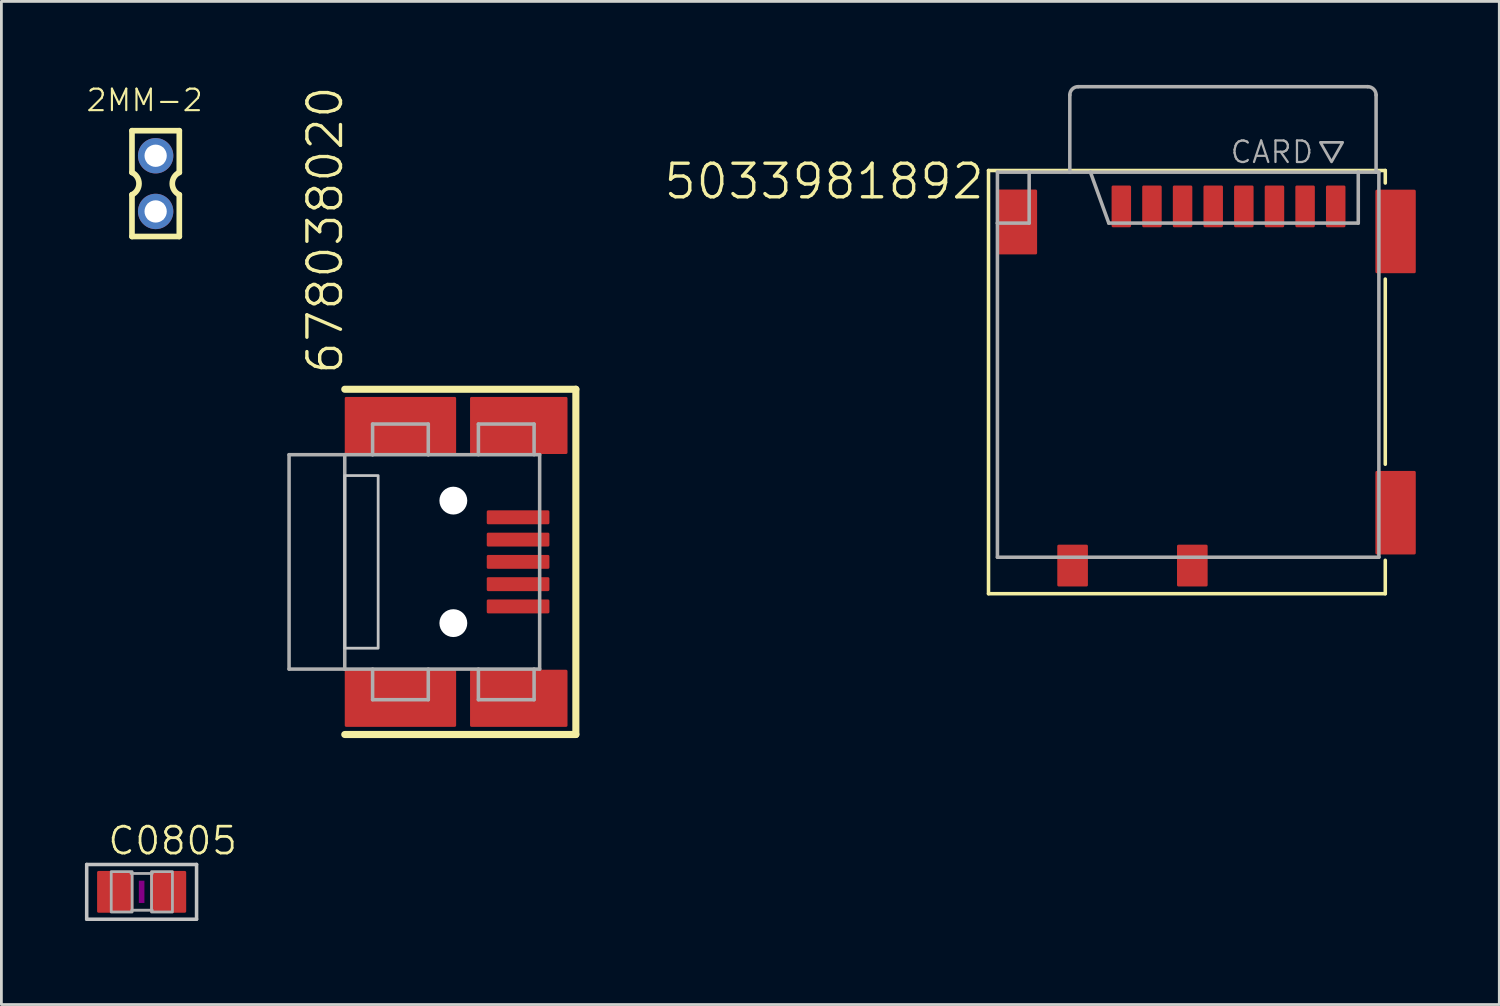
<source format=kicad_pcb>
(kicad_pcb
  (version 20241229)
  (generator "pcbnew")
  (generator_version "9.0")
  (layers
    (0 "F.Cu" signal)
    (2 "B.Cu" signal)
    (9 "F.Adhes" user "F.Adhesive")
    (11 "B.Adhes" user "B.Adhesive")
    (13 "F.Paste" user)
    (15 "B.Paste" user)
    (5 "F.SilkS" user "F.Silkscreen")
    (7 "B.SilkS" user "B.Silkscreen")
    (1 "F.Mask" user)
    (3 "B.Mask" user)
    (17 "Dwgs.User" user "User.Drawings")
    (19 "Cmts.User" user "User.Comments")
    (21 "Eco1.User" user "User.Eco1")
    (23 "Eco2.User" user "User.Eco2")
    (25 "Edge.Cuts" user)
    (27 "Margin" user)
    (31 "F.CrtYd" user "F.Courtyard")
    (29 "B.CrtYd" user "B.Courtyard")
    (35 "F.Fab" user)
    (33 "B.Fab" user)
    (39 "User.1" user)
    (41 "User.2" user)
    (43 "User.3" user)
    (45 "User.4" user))
  (footprint "5033981892"
    (layer "F.Cu")
    (at 32.773 16.963)
    (property "Reference" "5033981892" (at -0.403 -14.203 0) (layer "F.SilkS") (effects (font (size 1.206 1.206) (thickness 0.121)) (justify right top)))
    (attr through_hole)
    (fp_line (start -0.32 1.31) (end -0.32 -13.89) (stroke (width 0.127) (type solid)) (layer "F.SilkS"))
    (fp_line (start 13.93 -13.89) (end -0.32 -13.89) (stroke (width 0.127) (type solid)) (layer "F.SilkS"))
    (fp_line (start 13.93 -13.89) (end 13.93 -13.44) (stroke (width 0.127) (type solid)) (layer "F.SilkS"))
    (fp_line (start 13.93 -9.99) (end 13.93 -3.34) (stroke (width 0.127) (type solid)) (layer "F.SilkS"))
    (fp_line (start 13.93 0.11) (end 13.93 1.31) (stroke (width 0.127) (type solid)) (layer "F.SilkS"))
    (fp_line (start 13.93 1.31) (end -0.32 1.31) (stroke (width 0.127) (type solid)) (layer "F.SilkS"))
    (fp_line (start 0 -12) (end 0 -13.83) (stroke (width 0.127) (type solid)) (layer "F.Fab"))
    (fp_line (start 0 0) (end 0 -12) (stroke (width 0.127) (type solid)) (layer "F.Fab"))
    (fp_line (start 1.14 -13.83) (end 0 -13.83) (stroke (width 0.127) (type solid)) (layer "F.Fab"))
    (fp_line (start 1.14 -13.83) (end 1.14 -12) (stroke (width 0.127) (type solid)) (layer "F.Fab"))
    (fp_line (start 1.14 -12) (end 0 -12) (stroke (width 0.127) (type solid)) (layer "F.Fab"))
    (fp_line (start 2.6 -16.6) (end 2.6 -13.83) (stroke (width 0.127) (type solid)) (layer "F.Fab"))
    (fp_line (start 2.6 -13.83) (end 1.14 -13.83) (stroke (width 0.127) (type solid)) (layer "F.Fab"))
    (fp_line (start 3.34 -13.83) (end 2.6 -13.83) (stroke (width 0.127) (type solid)) (layer "F.Fab"))
    (fp_line (start 3.34 -13.83) (end 4 -12) (stroke (width 0.127) (type solid)) (layer "F.Fab"))
    (fp_line (start 12.96 -13.83) (end 3.34 -13.83) (stroke (width 0.127) (type solid)) (layer "F.Fab"))
    (fp_line (start 12.96 -13.83) (end 12.96 -12) (stroke (width 0.127) (type solid)) (layer "F.Fab"))
    (fp_line (start 12.96 -12) (end 4 -12) (stroke (width 0.127) (type solid)) (layer "F.Fab"))
    (fp_line (start 13.3 -16.9) (end 2.9 -16.9) (stroke (width 0.127) (type solid)) (layer "F.Fab"))
    (fp_line (start 13.6 -16.6) (end 13.6 -13.83) (stroke (width 0.127) (type solid)) (layer "F.Fab"))
    (fp_line (start 13.6 -13.83) (end 12.96 -13.83) (stroke (width 0.127) (type solid)) (layer "F.Fab"))
    (fp_line (start 13.6 -13.83) (end 13.7 -13.83) (stroke (width 0.127) (type solid)) (layer "F.Fab"))
    (fp_line (start 13.7 -13.83) (end 13.7 0) (stroke (width 0.127) (type solid)) (layer "F.Fab"))
    (fp_line (start 13.7 0) (end 0 0) (stroke (width 0.127) (type solid)) (layer "F.Fab"))
    (fp_arc (start 2.6 -16.6) (mid 2.687868 -16.812132) (end 2.9 -16.9) (stroke (width 0.127) (type solid)) (layer "F.Fab"))
    (fp_arc (start 13.3 -16.9) (mid 13.512132 -16.812132) (end 13.6 -16.6) (stroke (width 0.127) (type solid)) (layer "F.Fab"))
    (fp_poly (pts (xy 12.4 -14.9) (xy 12 -14.2) (xy 11.6 -14.9)) (stroke (width 0.1) (type solid)) (fill no) (layer "F.Fab"))
    (fp_text user "CARD" (at 11.4 -15 0) (layer "F.Fab") (effects (font (size 0.772 0.772) (thickness 0.081)) (justify right top)))
    (pad "1" smd roundrect (at 4.45 -12.6 180) (size 0.7 1.5) (layers "F.Cu" "F.Mask" "F.Paste") (roundrect_rratio 0.073))
    (pad "2" smd roundrect (at 5.55 -12.6 180) (size 0.7 1.5) (layers "F.Cu" "F.Mask" "F.Paste") (roundrect_rratio 0.073))
    (pad "3" smd roundrect (at 6.65 -12.6 180) (size 0.7 1.5) (layers "F.Cu" "F.Mask" "F.Paste") (roundrect_rratio 0.073))
    (pad "4" smd roundrect (at 7.75 -12.6 180) (size 0.7 1.5) (layers "F.Cu" "F.Mask" "F.Paste") (roundrect_rratio 0.073))
    (pad "5" smd roundrect (at 8.85 -12.6 180) (size 0.7 1.5) (layers "F.Cu" "F.Mask" "F.Paste") (roundrect_rratio 0.073))
    (pad "6" smd roundrect (at 9.95 -12.6 180) (size 0.7 1.5) (layers "F.Cu" "F.Mask" "F.Paste") (roundrect_rratio 0.073))
    (pad "7" smd roundrect (at 11.05 -12.6 180) (size 0.7 1.5) (layers "F.Cu" "F.Mask" "F.Paste") (roundrect_rratio 0.073))
    (pad "8" smd roundrect (at 12.15 -12.6 180) (size 0.7 1.5) (layers "F.Cu" "F.Mask" "F.Paste") (roundrect_rratio 0.073))
    (pad "S" smd roundrect (at 0.7 -12.04 180) (size 1.45 2.33) (layers "F.Cu" "F.Mask" "F.Paste") (roundrect_rratio 0.035))
    (pad "S1" smd roundrect (at 14.3 -11.7 180) (size 1.45 3) (layers "F.Cu" "F.Mask" "F.Paste") (roundrect_rratio 0.035))
    (pad "S2" smd roundrect (at 14.3 -1.6 180) (size 1.45 3) (layers "F.Cu" "F.Mask" "F.Paste") (roundrect_rratio 0.035))
    (pad "SW1" smd roundrect (at 2.7 0.3 180) (size 1.1 1.5) (layers "F.Cu" "F.Mask" "F.Paste") (roundrect_rratio 0.046))
    (pad "SW2" smd roundrect (at 7 0.3 180) (size 1.1 1.5) (layers "F.Cu" "F.Mask" "F.Paste") (roundrect_rratio 0.046)))
  (footprint "C0805"
    (layer "F.Cu")
    (at 2.037 28.981)
    (property "Reference" "C0805" (at -1.27 -1.27 180) (layer "F.SilkS") (effects (font (size 0.965 0.965) (thickness 0.097)) (justify left bottom)))
    (attr through_hole)
    (fp_poly (pts (xy -0.1 0.4) (xy 0.1 0.4) (xy 0.1 -0.4) (xy -0.1 -0.4)) (stroke (width 0) (type solid)) (fill yes) (layer "F.Adhes"))
    (fp_line (start -1.973 -0.983) (end 1.973 -0.983) (stroke (width 0.127) (type solid)) (layer "Dwgs.User"))
    (fp_line (start -1.973 0.983) (end -1.973 -0.983) (stroke (width 0.127) (type solid)) (layer "Dwgs.User"))
    (fp_line (start 1.973 -0.983) (end 1.973 0.983) (stroke (width 0.127) (type solid)) (layer "Dwgs.User"))
    (fp_line (start 1.973 0.983) (end -1.973 0.983) (stroke (width 0.127) (type solid)) (layer "Dwgs.User"))
    (fp_line (start -0.381 -0.66) (end 0.381 -0.66) (stroke (width 0.102) (type solid)) (layer "F.Fab"))
    (fp_line (start -0.356 0.66) (end 0.381 0.66) (stroke (width 0.102) (type solid)) (layer "F.Fab"))
    (fp_poly (pts (xy -1.092 0.724) (xy -0.342 0.724) (xy -0.342 -0.726) (xy -1.092 -0.726)) (stroke (width 0.1) (type solid)) (fill no) (layer "F.Fab"))
    (fp_poly (pts (xy 0.356 0.724) (xy 1.106 0.724) (xy 1.106 -0.726) (xy 0.356 -0.726)) (stroke (width 0.1) (type solid)) (fill no) (layer "F.Fab"))
    (pad "1" smd roundrect (at -0.95 0) (size 1.3 1.5) (layers "F.Cu" "F.Mask" "F.Paste") (roundrect_rratio 0.039))
    (pad "2" smd roundrect (at 0.95 0) (size 1.3 1.5) (layers "F.Cu" "F.Mask" "F.Paste") (roundrect_rratio 0.039)))
  (footprint "678038020"
    (layer "F.Cu")
    (at 9.332 17.13)
    (property "Reference" "678038020" (at 0 -6.668 90) (layer "F.SilkS") (effects (font (size 1.206 1.206) (thickness 0.121)) (justify left bottom)))
    (attr through_hole)
    (fp_line (start 0 -6.2) (end 8.3 -6.2) (stroke (width 0.254) (type solid)) (layer "F.SilkS"))
    (fp_line (start 8.3 -6.2) (end 8.3 6.2) (stroke (width 0.254) (type solid)) (layer "F.SilkS"))
    (fp_line (start 8.3 6.2) (end 0 6.2) (stroke (width 0.254) (type solid)) (layer "F.SilkS"))
    (fp_poly (pts (xy 0 3.1) (xy 1.2 3.1) (xy 1.2 -3.1) (xy 0 -3.1)) (stroke (width 0.1) (type solid)) (fill no) (layer "Dwgs.User"))
    (fp_line (start -2 -3.85) (end 0 -3.85) (stroke (width 0.127) (type solid)) (layer "F.Fab"))
    (fp_line (start -2 3.85) (end -2 -3.85) (stroke (width 0.127) (type solid)) (layer "F.Fab"))
    (fp_line (start -2 3.85) (end 0 3.85) (stroke (width 0.127) (type solid)) (layer "F.Fab"))
    (fp_line (start 0 -3.85) (end 1 -3.85) (stroke (width 0.127) (type solid)) (layer "F.Fab"))
    (fp_line (start 0 3.85) (end 0 -3.85) (stroke (width 0.127) (type solid)) (layer "F.Fab"))
    (fp_line (start 0 3.85) (end 7 3.85) (stroke (width 0.127) (type solid)) (layer "F.Fab"))
    (fp_line (start 1 -4.95) (end 3 -4.95) (stroke (width 0.127) (type solid)) (layer "F.Fab"))
    (fp_line (start 1 -3.85) (end 1 -4.95) (stroke (width 0.127) (type solid)) (layer "F.Fab"))
    (fp_line (start 1 -3.85) (end 3 -3.85) (stroke (width 0.127) (type solid)) (layer "F.Fab"))
    (fp_line (start 1 3.85) (end 1 4.95) (stroke (width 0.127) (type solid)) (layer "F.Fab"))
    (fp_line (start 3 -3.85) (end 3 -4.95) (stroke (width 0.127) (type solid)) (layer "F.Fab"))
    (fp_line (start 3 -3.85) (end 7 -3.85) (stroke (width 0.127) (type solid)) (layer "F.Fab"))
    (fp_line (start 3 3.85) (end 3 4.95) (stroke (width 0.127) (type solid)) (layer "F.Fab"))
    (fp_line (start 3 4.95) (end 1 4.95) (stroke (width 0.127) (type solid)) (layer "F.Fab"))
    (fp_line (start 4.8 -4.95) (end 6.8 -4.95) (stroke (width 0.127) (type solid)) (layer "F.Fab"))
    (fp_line (start 4.8 -3.85) (end 4.8 -4.95) (stroke (width 0.127) (type solid)) (layer "F.Fab"))
    (fp_line (start 4.8 3.85) (end 4.8 4.95) (stroke (width 0.127) (type solid)) (layer "F.Fab"))
    (fp_line (start 6.8 -3.85) (end 6.8 -4.95) (stroke (width 0.127) (type solid)) (layer "F.Fab"))
    (fp_line (start 6.8 3.85) (end 6.8 4.95) (stroke (width 0.127) (type solid)) (layer "F.Fab"))
    (fp_line (start 6.8 4.95) (end 4.8 4.95) (stroke (width 0.127) (type solid)) (layer "F.Fab"))
    (fp_line (start 7 3.85) (end 7 -3.85) (stroke (width 0.127) (type solid)) (layer "F.Fab"))
    (pad "" np_thru_hole circle (at 3.9 -2.2) (size 1 1) (drill 1) (layers "*.Cu" "*.Mask"))
    (pad "" np_thru_hole circle (at 3.9 2.2) (size 1 1) (drill 1) (layers "*.Cu" "*.Mask"))
    (pad "1" smd roundrect (at 6.225 -1.6) (size 2.25 0.5) (layers "F.Cu" "F.Mask" "F.Paste") (roundrect_rratio 0.102))
    (pad "2" smd roundrect (at 6.225 -0.8) (size 2.25 0.5) (layers "F.Cu" "F.Mask" "F.Paste") (roundrect_rratio 0.102))
    (pad "3" smd roundrect (at 6.225 0) (size 2.25 0.5) (layers "F.Cu" "F.Mask" "F.Paste") (roundrect_rratio 0.102))
    (pad "4" smd roundrect (at 6.225 0.8) (size 2.25 0.5) (layers "F.Cu" "F.Mask" "F.Paste") (roundrect_rratio 0.102))
    (pad "5" smd roundrect (at 6.225 1.6) (size 2.25 0.5) (layers "F.Cu" "F.Mask" "F.Paste") (roundrect_rratio 0.102))
    (pad "SH1" smd roundrect (at 2 4.9) (size 4 2.05) (layers "F.Cu" "F.Mask" "F.Paste") (roundrect_rratio 0.025))
    (pad "SH1.1" smd roundrect (at 6.25 4.9) (size 3.5 2.05) (layers "F.Cu" "F.Mask" "F.Paste") (roundrect_rratio 0.025))
    (pad "SH2" smd roundrect (at 2 -4.9) (size 4 2.05) (layers "F.Cu" "F.Mask" "F.Paste") (roundrect_rratio 0.025))
    (pad "SH2.2" smd roundrect (at 6.25 -4.9) (size 3.5 2.05) (layers "F.Cu" "F.Mask" "F.Paste") (roundrect_rratio 0.025)))
  (footprint "2MM-2"
    (layer "F.Cu")
    (at 2.54 3.544)
    (property "Reference" "2MM-2" (at -2.54 -2.54 180) (layer "F.SilkS") (effects (font (size 0.772 0.772) (thickness 0.077)) (justify left bottom)))
    (attr through_hole)
    (fp_line (start -0.85 -1.9) (end -0.85 -0.4) (stroke (width 0.203) (type solid)) (layer "F.SilkS"))
    (fp_line (start -0.85 0.4) (end -0.85 1.9) (stroke (width 0.203) (type solid)) (layer "F.SilkS"))
    (fp_line (start -0.85 1.9) (end 0.85 1.9) (stroke (width 0.203) (type solid)) (layer "F.SilkS"))
    (fp_line (start 0.85 -1.9) (end -0.85 -1.9) (stroke (width 0.203) (type solid)) (layer "F.SilkS"))
    (fp_line (start 0.85 -0.4) (end 0.85 -1.9) (stroke (width 0.203) (type solid)) (layer "F.SilkS"))
    (fp_line (start 0.85 1.9) (end 0.85 0.4) (stroke (width 0.203) (type solid)) (layer "F.SilkS"))
    (fp_arc (start -0.85 -0.4) (mid -0.597168 -0.000001) (end -0.849998 0.399999) (stroke (width 0.2032) (type solid)) (layer "F.SilkS"))
    (fp_arc (start 0.85 0.4) (mid 0.597168 0.000001) (end 0.849998 -0.399999) (stroke (width 0.2032) (type solid)) (layer "F.SilkS"))
    (fp_poly (pts (xy -0.25 -0.75) (xy 0.25 -0.75) (xy 0.25 -1.25) (xy -0.25 -1.25)) (stroke (width 0.1) (type solid)) (fill no) (layer "F.Fab"))
    (fp_poly (pts (xy -0.25 1.25) (xy 0.25 1.25) (xy 0.25 0.75) (xy -0.25 0.75)) (stroke (width 0.1) (type solid)) (fill no) (layer "F.Fab"))
    (pad "1" thru_hole circle (at 0 1) (size 1.27 1.27) (drill 0.8) (layers "*.Cu" "*.Mask"))
    (pad "2" thru_hole circle (at 0 -1) (size 1.27 1.27) (drill 0.8) (layers "*.Cu" "*.Mask")))
  (gr_rect
    (start -3 -3)
    (end 50.798 33.028)
    (stroke (width 0.1) (type default))
    (fill no)
    (layer "Edge.Cuts")))
</source>
